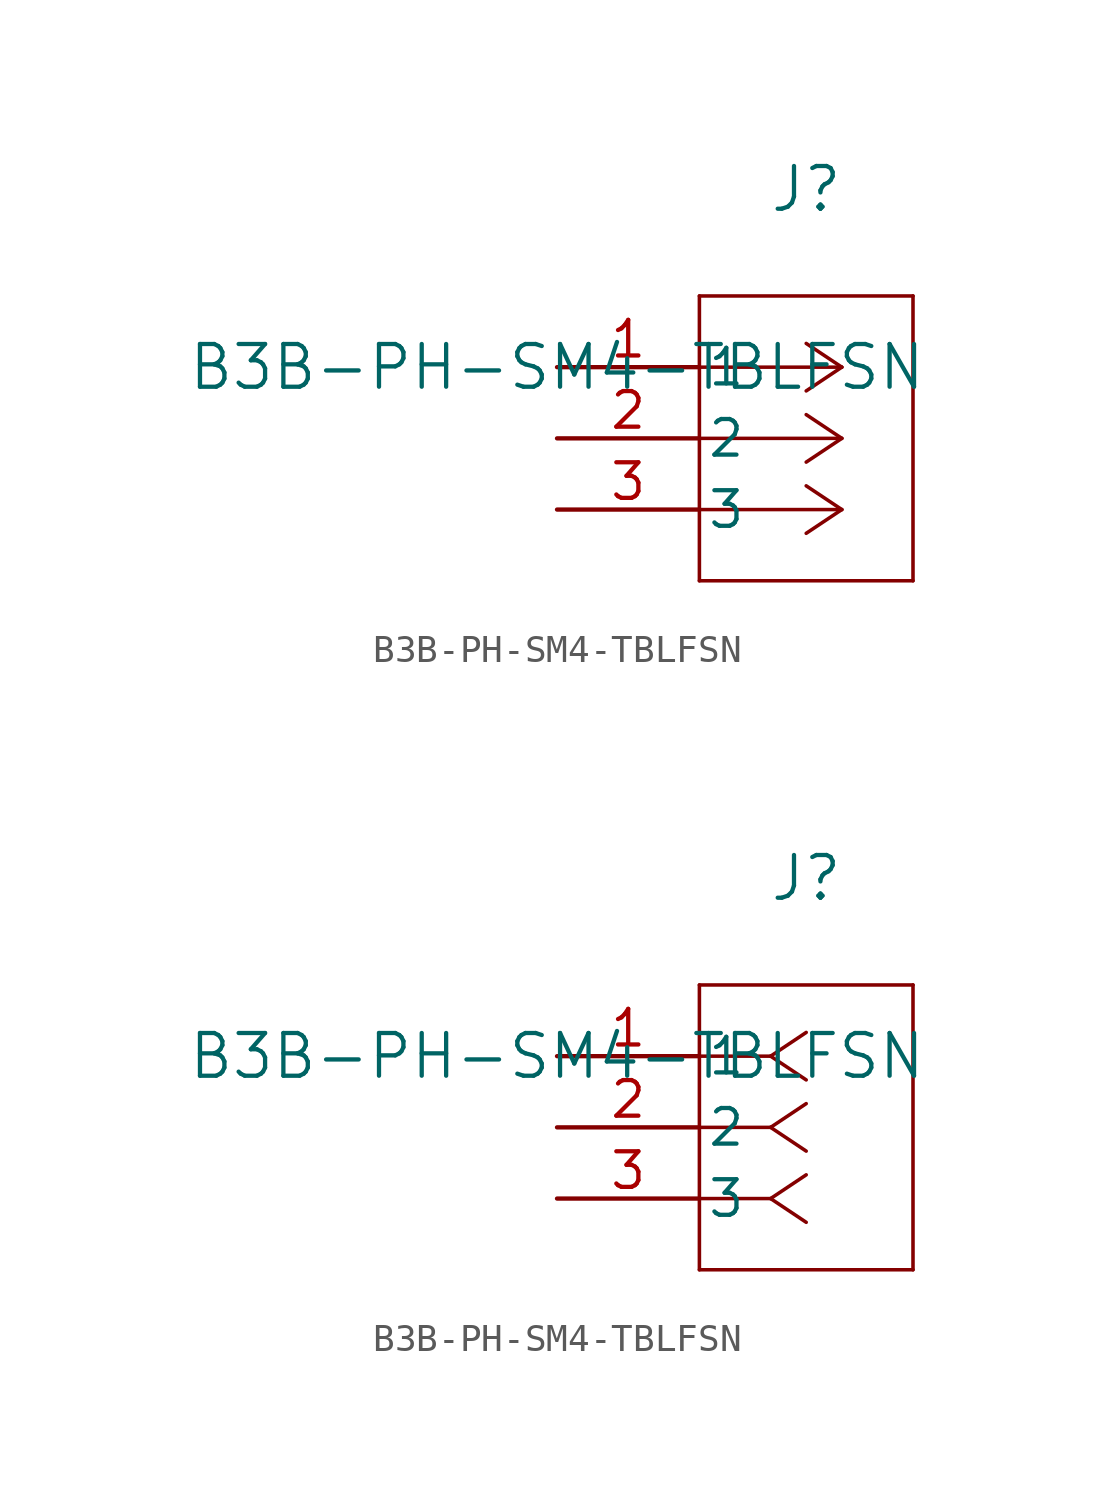
<source format=kicad_sym>
(kicad_symbol_lib
  (version 20241209)
  (generator "kicad_symbol_editor")
  (generator_version "9.0")
  (symbol "B3B-PH-SM4-TBLFSN"
    (pin_names
      (offset 0.254))
    (property "Reference" "J"
      (at 8.89 6.35 0)
      (effects (font (size 1.524 1.524))))
    (property "Value" "B3B-PH-SM4-TBLFSN"
      (at 0 0 0)
      (effects (font (size 1.524 1.524))))
    (symbol "B3B-PH-SM4-TBLFSN_1_1"
      (polyline (pts (xy 5.08 2.54) (xy 5.08 -7.62)) (stroke (width 0.127) (type default)) (fill (type none)))
      (polyline (pts (xy 5.08 -7.62) (xy 12.7 -7.62)) (stroke (width 0.127) (type default)) (fill (type none)))
      (polyline (pts (xy 10.16 0) (xy 5.08 0)) (stroke (width 0.127) (type default)) (fill (type none)))
      (polyline (pts (xy 10.16 0) (xy 8.89 0.847)) (stroke (width 0.127) (type default)) (fill (type none)))
      (polyline (pts (xy 10.16 0) (xy 8.89 -0.847)) (stroke (width 0.127) (type default)) (fill (type none)))
      (polyline (pts (xy 10.16 -2.54) (xy 5.08 -2.54)) (stroke (width 0.127) (type default)) (fill (type none)))
      (polyline (pts (xy 10.16 -2.54) (xy 8.89 -1.693)) (stroke (width 0.127) (type default)) (fill (type none)))
      (polyline (pts (xy 10.16 -2.54) (xy 8.89 -3.387)) (stroke (width 0.127) (type default)) (fill (type none)))
      (polyline (pts (xy 10.16 -5.08) (xy 5.08 -5.08)) (stroke (width 0.127) (type default)) (fill (type none)))
      (polyline (pts (xy 10.16 -5.08) (xy 8.89 -4.233)) (stroke (width 0.127) (type default)) (fill (type none)))
      (polyline (pts (xy 10.16 -5.08) (xy 8.89 -5.927)) (stroke (width 0.127) (type default)) (fill (type none)))
      (polyline (pts (xy 12.7 2.54) (xy 5.08 2.54)) (stroke (width 0.127) (type default)) (fill (type none)))
      (polyline (pts (xy 12.7 -7.62) (xy 12.7 2.54)) (stroke (width 0.127) (type default)) (fill (type none)))
      (pin unspecified line (at 0 0 0) (length 5.08) (name "1" (effects (font (size 1.27 1.27)))) (number "1" (effects (font (size 1.27 1.27)))))
      (pin unspecified line (at 0 -2.54 0) (length 5.08) (name "2" (effects (font (size 1.27 1.27)))) (number "2" (effects (font (size 1.27 1.27)))))
      (pin unspecified line (at 0 -5.08 0) (length 5.08) (name "3" (effects (font (size 1.27 1.27)))) (number "3" (effects (font (size 1.27 1.27))))))
    (symbol "B3B-PH-SM4-TBLFSN_1_2"
      (polyline (pts (xy 5.08 2.54) (xy 5.08 -7.62)) (stroke (width 0.127) (type default)) (fill (type none)))
      (polyline (pts (xy 5.08 -7.62) (xy 12.7 -7.62)) (stroke (width 0.127) (type default)) (fill (type none)))
      (polyline (pts (xy 7.62 0) (xy 5.08 0)) (stroke (width 0.127) (type default)) (fill (type none)))
      (polyline (pts (xy 7.62 0) (xy 8.89 0.847)) (stroke (width 0.127) (type default)) (fill (type none)))
      (polyline (pts (xy 7.62 0) (xy 8.89 -0.847)) (stroke (width 0.127) (type default)) (fill (type none)))
      (polyline (pts (xy 7.62 -2.54) (xy 5.08 -2.54)) (stroke (width 0.127) (type default)) (fill (type none)))
      (polyline (pts (xy 7.62 -2.54) (xy 8.89 -1.693)) (stroke (width 0.127) (type default)) (fill (type none)))
      (polyline (pts (xy 7.62 -2.54) (xy 8.89 -3.387)) (stroke (width 0.127) (type default)) (fill (type none)))
      (polyline (pts (xy 7.62 -5.08) (xy 5.08 -5.08)) (stroke (width 0.127) (type default)) (fill (type none)))
      (polyline (pts (xy 7.62 -5.08) (xy 8.89 -4.233)) (stroke (width 0.127) (type default)) (fill (type none)))
      (polyline (pts (xy 7.62 -5.08) (xy 8.89 -5.927)) (stroke (width 0.127) (type default)) (fill (type none)))
      (polyline (pts (xy 12.7 2.54) (xy 5.08 2.54)) (stroke (width 0.127) (type default)) (fill (type none)))
      (polyline (pts (xy 12.7 -7.62) (xy 12.7 2.54)) (stroke (width 0.127) (type default)) (fill (type none)))
      (pin unspecified line (at 0 0 0) (length 5.08) (name "1" (effects (font (size 1.27 1.27)))) (number "1" (effects (font (size 1.27 1.27)))))
      (pin unspecified line (at 0 -2.54 0) (length 5.08) (name "2" (effects (font (size 1.27 1.27)))) (number "2" (effects (font (size 1.27 1.27)))))
      (pin unspecified line (at 0 -5.08 0) (length 5.08) (name "3" (effects (font (size 1.27 1.27)))) (number "3" (effects (font (size 1.27 1.27))))))))
</source>
